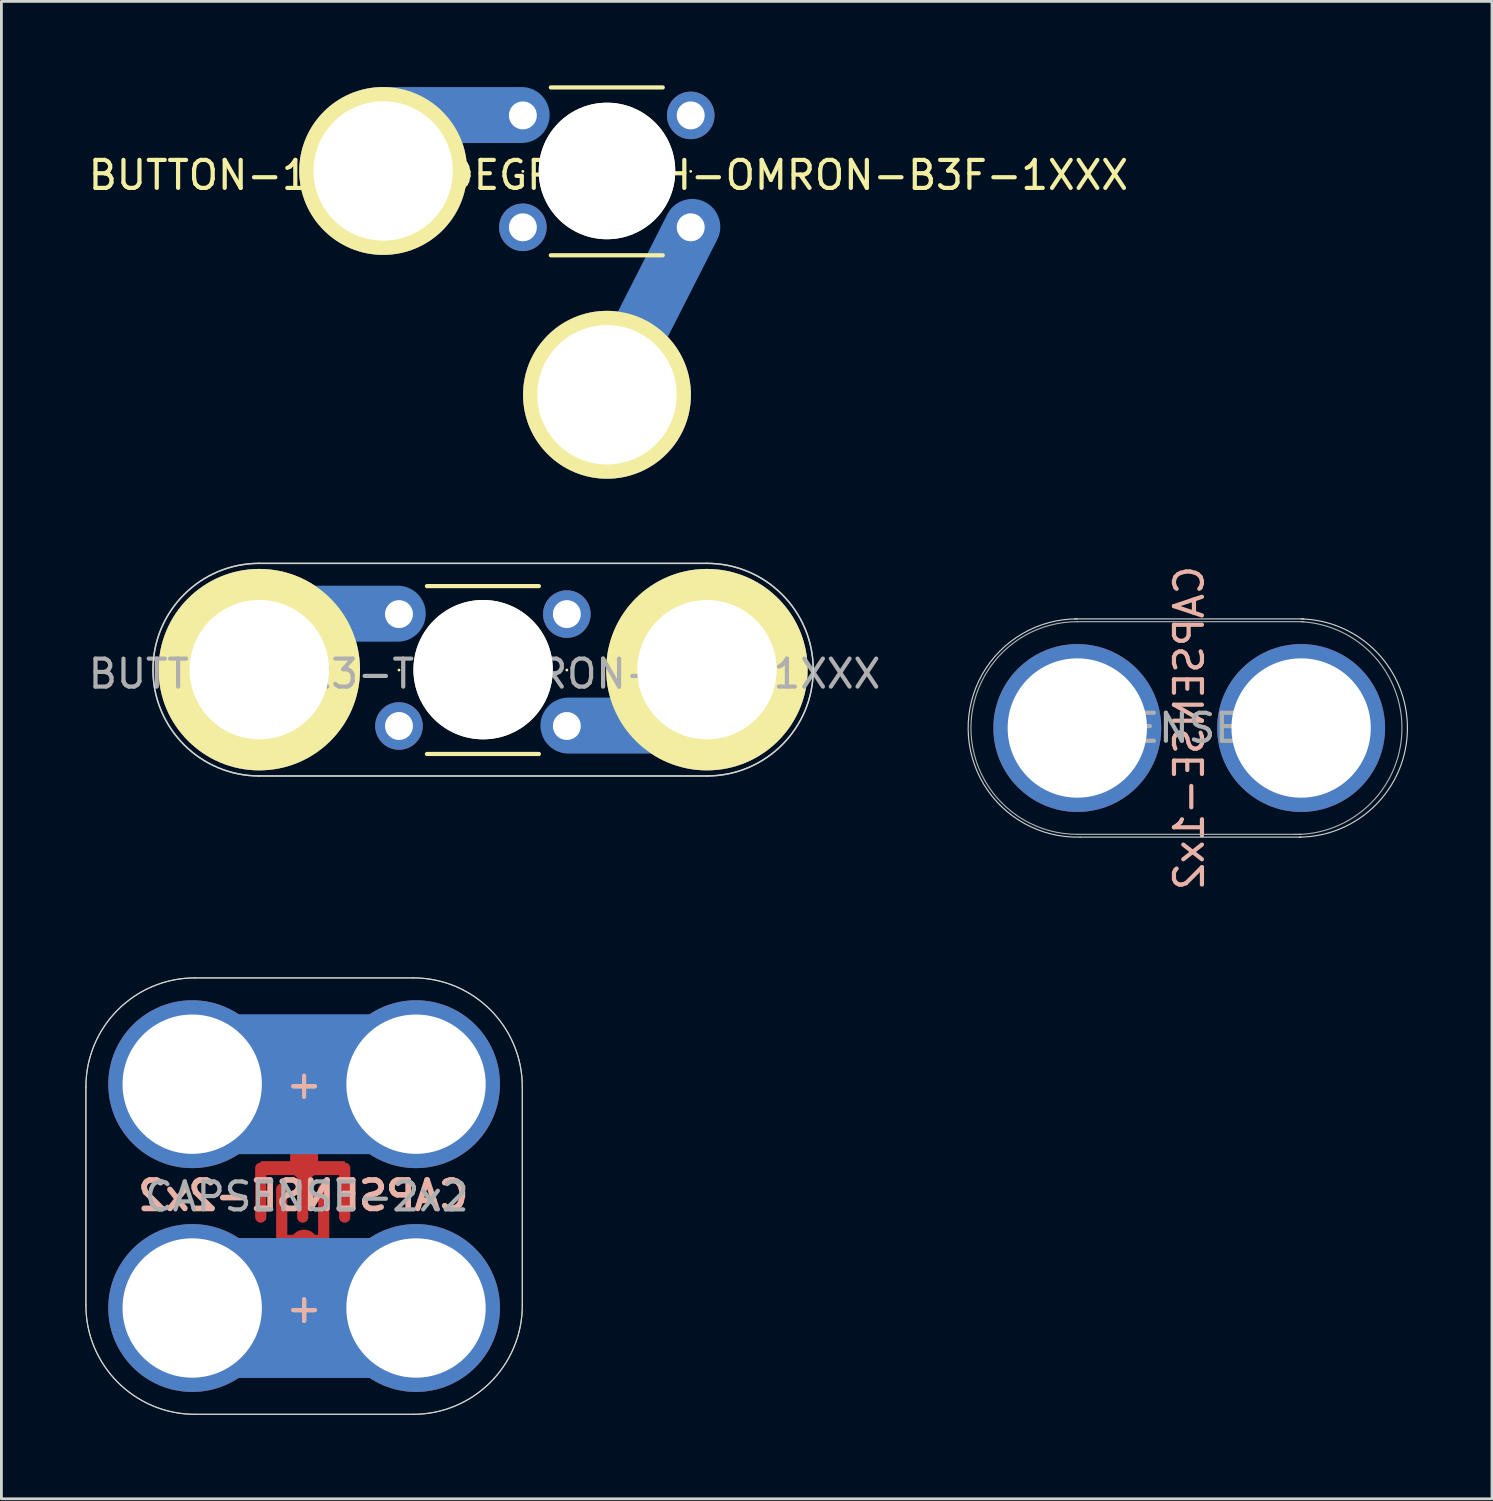
<source format=kicad_pcb>
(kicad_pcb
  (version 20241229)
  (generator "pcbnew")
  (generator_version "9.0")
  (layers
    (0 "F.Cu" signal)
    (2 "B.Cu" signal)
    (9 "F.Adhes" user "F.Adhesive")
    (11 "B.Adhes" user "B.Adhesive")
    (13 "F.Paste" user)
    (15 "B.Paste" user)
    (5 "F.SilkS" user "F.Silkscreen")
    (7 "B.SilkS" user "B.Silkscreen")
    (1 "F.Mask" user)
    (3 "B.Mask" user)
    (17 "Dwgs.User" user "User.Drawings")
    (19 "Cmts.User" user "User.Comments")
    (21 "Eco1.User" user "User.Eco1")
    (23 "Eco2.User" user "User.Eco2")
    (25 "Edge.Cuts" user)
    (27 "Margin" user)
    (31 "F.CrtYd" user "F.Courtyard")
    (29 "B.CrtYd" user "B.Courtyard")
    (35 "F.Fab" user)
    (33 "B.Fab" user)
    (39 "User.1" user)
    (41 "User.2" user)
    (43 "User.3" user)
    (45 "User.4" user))
  (footprint "CAPSENSE-2x2"
    (layer "F.Cu")
    (at 3.82 43.703)
    (property "Reference" "CAPSENSE-2x2" (at 3.97 -4.02 0) (layer "B.SilkS") (effects (font (size 1.016 1.016) (thickness 0.203)) (justify mirror)))
    (attr through_hole)
    (fp_line (start 2.45 -5) (end 2.45 -3.25) (stroke (width 0.4) (type solid)) (layer "F.Cu"))
    (fp_line (start 3.2 -4.25) (end 3.2 -2.5) (stroke (width 0.4) (type solid)) (layer "F.Cu"))
    (fp_line (start 3.95 -5) (end 3.95 -3.25) (stroke (width 0.4) (type solid)) (layer "F.Cu"))
    (fp_line (start 4 -8) (end 4 -5.1) (stroke (width 1) (type solid)) (layer "F.Cu"))
    (fp_line (start 4 -2.3) (end 4 0.6) (stroke (width 1) (type solid)) (layer "F.Cu"))
    (fp_line (start 4.7 -2.5) (end 4.7 -4.25) (stroke (width 0.4) (type solid)) (layer "F.Cu"))
    (fp_line (start 5.45 -5) (end 5.45 -3.25) (stroke (width 0.4) (type solid)) (layer "F.Cu"))
    (fp_line (start 8 -8) (end -0.1 -8) (stroke (width 1) (type solid)) (layer "F.Cu"))
    (fp_line (start 8 0.6) (end -0.1 0.6) (stroke (width 1) (type solid)) (layer "F.Cu"))
    (fp_line (start 0 -8) (end 8 -8) (stroke (width 5) (type solid)) (layer "B.Cu"))
    (fp_line (start 0 0) (end 8 0) (stroke (width 5) (type solid)) (layer "B.Cu"))
    (fp_line (start 0 -8) (end 8 -8) (stroke (width 5) (type solid)) (layer "B.Mask"))
    (fp_line (start 0 0) (end 8 0) (stroke (width 5) (type solid)) (layer "B.Mask"))
    (fp_line (start -3.8 -0.1) (end -3.8 -7.9) (stroke (width 0.041) (type solid)) (layer "Edge.Cuts"))
    (fp_line (start 7.9 -11.8) (end 0.1 -11.8) (stroke (width 0.041) (type solid)) (layer "Edge.Cuts"))
    (fp_line (start 7.9 3.8) (end 0.1 3.8) (stroke (width 0.041) (type solid)) (layer "Edge.Cuts"))
    (fp_line (start 11.8 -0.1) (end 11.8 -7.9) (stroke (width 0.041) (type solid)) (layer "Edge.Cuts"))
    (fp_arc (start -3.8 -7.9) (mid -2.657716 -10.657716) (end 0.1 -11.8) (stroke (width 0.04064) (type solid)) (layer "Edge.Cuts"))
    (fp_arc (start 0.1 3.8) (mid -2.657716 2.657716) (end -3.8 -0.1) (stroke (width 0.04064) (type solid)) (layer "Edge.Cuts"))
    (fp_arc (start 7.9 -11.8) (mid 10.657716 -10.657716) (end 11.8 -7.9) (stroke (width 0.04064) (type solid)) (layer "Edge.Cuts"))
    (fp_arc (start 11.8 -0.1) (mid 10.657716 2.657716) (end 7.9 3.8) (stroke (width 0.04064) (type solid)) (layer "Edge.Cuts"))
    (fp_line (start -3.8 -0.1) (end -3.8 -7.9) (stroke (width 0.041) (type solid)) (layer "F.Fab"))
    (fp_line (start 7.9 -11.8) (end 0.1 -11.8) (stroke (width 0.041) (type solid)) (layer "F.Fab"))
    (fp_line (start 7.9 3.8) (end 0.1 3.8) (stroke (width 0.041) (type solid)) (layer "F.Fab"))
    (fp_line (start 11.8 -0.1) (end 11.8 -7.9) (stroke (width 0.041) (type solid)) (layer "F.Fab"))
    (fp_arc (start -3.8 -7.9) (mid -2.657716 -10.657716) (end 0.1 -11.8) (stroke (width 0.04064) (type solid)) (layer "F.Fab"))
    (fp_arc (start 0.1 3.8) (mid -2.657716 2.657716) (end -3.8 -0.1) (stroke (width 0.04064) (type solid)) (layer "F.Fab"))
    (fp_arc (start 7.9 -11.8) (mid 10.657716 -10.657716) (end 11.8 -7.9) (stroke (width 0.04064) (type solid)) (layer "F.Fab"))
    (fp_arc (start 11.8 -0.1) (mid 10.657716 2.657716) (end 7.9 3.8) (stroke (width 0.04064) (type solid)) (layer "F.Fab"))
    (fp_text user "+" (at 4 0 0) (layer "F.SilkS") (effects (font (size 1 1) (thickness 0.15))))
    (fp_text user "-" (at 4 -8 0) (layer "F.SilkS") (effects (font (size 1 1) (thickness 0.15))))
    (fp_text user "+" (at 4 -8 0) (layer "B.SilkS") (effects (font (size 1 1) (thickness 0.15)) (justify mirror)))
    (fp_text user "+" (at 4 0 0) (layer "B.SilkS") (effects (font (size 1 1) (thickness 0.15)) (justify mirror)))
    (fp_text user "${REFERENCE}" (at 4.09 -3.98 0) (layer "F.Fab") (effects (font (size 1 1) (thickness 0.15))))
    (pad "" smd circle (at 3.95 -4) (size 4 4) (layers "F.Mask" "F.Paste"))
    (pad "1" thru_hole circle (at 0 -8) (size 6 6) (drill 4.98) (layers "*.Cu" "*.Mask"))
    (pad "1" smd rect (at 3.95 -5) (size 3 0.5) (layers "F.Cu" "F.Mask" "F.Paste"))
    (pad "1" thru_hole circle (at 8 -8) (size 6 6) (drill 4.98) (layers "*.Cu" "*.Mask"))
    (pad "2" thru_hole circle (at 0 0) (size 6 6) (drill 4.98) (layers "*.Cu" "*.Mask"))
    (pad "2" smd rect (at 3.95 -2.365) (size 1.8 0.5) (layers "F.Cu" "F.Mask" "F.Paste"))
    (pad "2" thru_hole circle (at 8 0) (size 6 6) (drill 4.98) (layers "*.Cu" "*.Mask")))
  (footprint "BUTTON-1x3-TH-OMRON-B3F-1XXX"
    (layer "F.Cu")
    (at 6.218 20.886)
    (property "Reference" "BUTTON-1x3-TH-OMRON-B3F-1XXX" (at 8.05 0.15 0) (layer "F.Fab") (effects (font (size 1 1) (thickness 0.15))))
    (attr through_hole)
    (fp_line (start 4.95 -2) (end 0 -2) (stroke (width 2) (type solid)) (layer "B.Cu"))
    (fp_line (start 16 2) (end 11.05 2) (stroke (width 2) (type solid)) (layer "B.Cu"))
    (fp_line (start 4.993 0.014) (end 4.993 0.014) (stroke (width 0.1) (type solid)) (layer "F.SilkS"))
    (fp_line (start 5.993 -2.986) (end 9.993 -2.986) (stroke (width 0.15) (type solid)) (layer "F.SilkS"))
    (fp_line (start 5.993 3.014) (end 9.993 3.014) (stroke (width 0.15) (type solid)) (layer "F.SilkS"))
    (fp_line (start 9.993 -2.986) (end 5.993 -2.986) (stroke (width 0.1) (type solid)) (layer "F.SilkS"))
    (fp_line (start 9.993 3.014) (end 5.993 3.014) (stroke (width 0.1) (type solid)) (layer "F.SilkS"))
    (fp_line (start 10.993 0.014) (end 10.993 0.014) (stroke (width 0.1) (type solid)) (layer "F.SilkS"))
    (fp_circle (center 7.993 0.014) (end 8.993 1.014) (stroke (width 0) (type solid)) (fill yes) (layer "F.SilkS"))
    (fp_line (start 0 -3.8) (end 16 -3.8) (stroke (width 0.05) (type solid)) (layer "Edge.Cuts"))
    (fp_line (start 16 3.8) (end 0 3.8) (stroke (width 0.05) (type solid)) (layer "Edge.Cuts"))
    (fp_arc (start 0 3.8) (mid -3.8 0) (end 0 -3.8) (stroke (width 0.05) (type solid)) (layer "Edge.Cuts"))
    (fp_arc (start 16 -3.8) (mid 19.8 0) (end 16 3.8) (stroke (width 0.05) (type solid)) (layer "Edge.Cuts"))
    (fp_line (start 0 -3.8) (end 16 -3.8) (stroke (width 0.05) (type solid)) (layer "F.Fab"))
    (fp_line (start 16 3.8) (end 0 3.8) (stroke (width 0.05) (type solid)) (layer "F.Fab"))
    (fp_arc (start 0 3.8) (mid -3.8 0) (end 0 -3.8) (stroke (width 0.05) (type solid)) (layer "F.Fab"))
    (fp_arc (start 16 -3.8) (mid 19.8 0) (end 16 3.8) (stroke (width 0.05) (type solid)) (layer "F.Fab"))
    (pad "" np_thru_hole circle (at 8 0) (size 4.98 4.98) (drill 4.98) (layers "*.Cu" "F.SilkS"))
    (pad "1" thru_hole circle (at 0 0) (size 7.2 7.2) (drill 4.98) (layers "*.Cu" "B.Mask" "F.SilkS"))
    (pad "1" thru_hole circle (at 4.993 -1.986) (size 1.7 1.7) (drill 1) (layers "*.Cu" "*.Mask"))
    (pad "1" thru_hole circle (at 10.993 -1.986) (size 1.7 1.7) (drill 1) (layers "*.Cu" "*.Mask"))
    (pad "2" thru_hole circle (at 4.993 2.014) (size 1.7 1.7) (drill 1) (layers "*.Cu" "*.Mask"))
    (pad "2" thru_hole circle (at 10.993 2.014) (size 1.7 1.7) (drill 1) (layers "*.Cu" "*.Mask"))
    (pad "2" thru_hole circle (at 16 0) (size 7.2 7.2) (drill 4.98) (layers "*.Cu" "B.Mask" "F.SilkS")))
  (footprint "BUTTON-1x3-90DEGREE-TH-OMRON-B3F-1XXX"
    (layer "F.Cu")
    (at 10.646 3.061)
    (property "Reference" "BUTTON-1x3-90DEGREE-TH-OMRON-B3F-1XXX" (at 8.05 0.15 0) (layer "F.SilkS") (effects (font (size 1 1) (thickness 0.15))))
    (attr through_hole)
    (fp_line (start 4.95 -2) (end 0 -2) (stroke (width 2) (type solid)) (layer "B.Cu"))
    (fp_line (start 8 8) (end 11.05 2) (stroke (width 2) (type solid)) (layer "B.Cu"))
    (fp_line (start 4.993 0.014) (end 4.993 0.014) (stroke (width 0.1) (type solid)) (layer "F.SilkS"))
    (fp_line (start 5.993 -2.986) (end 9.993 -2.986) (stroke (width 0.15) (type solid)) (layer "F.SilkS"))
    (fp_line (start 5.993 3.014) (end 9.993 3.014) (stroke (width 0.15) (type solid)) (layer "F.SilkS"))
    (fp_line (start 9.993 -2.986) (end 5.993 -2.986) (stroke (width 0.1) (type solid)) (layer "F.SilkS"))
    (fp_line (start 9.993 3.014) (end 5.993 3.014) (stroke (width 0.1) (type solid)) (layer "F.SilkS"))
    (fp_line (start 10.993 0.014) (end 10.993 0.014) (stroke (width 0.1) (type solid)) (layer "F.SilkS"))
    (fp_circle (center 7.993 0.014) (end 8.993 1.014) (stroke (width 0) (type solid)) (fill yes) (layer "F.SilkS"))
    (pad "" np_thru_hole circle (at 8 0) (size 4.88 4.88) (drill 4.98) (layers "*.Cu" "*.Mask" "F.SilkS"))
    (pad "1" thru_hole circle (at 0 0) (size 6 6) (drill 4.98) (layers "*.Cu" "*.Mask" "F.SilkS"))
    (pad "1" thru_hole circle (at 4.993 -1.986) (size 1.7 1.7) (drill 1) (layers "*.Cu" "*.Mask"))
    (pad "1" thru_hole circle (at 10.993 -1.986) (size 1.7 1.7) (drill 1) (layers "*.Cu" "*.Mask"))
    (pad "2" thru_hole circle (at 4.993 2.014) (size 1.7 1.7) (drill 1) (layers "*.Cu" "*.Mask"))
    (pad "2" thru_hole circle (at 8 8) (size 6 6) (drill 4.98) (layers "*.Cu" "*.Mask" "F.SilkS"))
    (pad "2" thru_hole circle (at 10.993 2.014) (size 1.7 1.7) (drill 1) (layers "*.Cu" "*.Mask")))
  (footprint "CAPSENSE-1x2"
    (layer "F.Cu")
    (at 35.457 22.972)
    (property "Reference" "CAPSENSE-1x2" (at 4 0 90) (layer "B.SilkS") (effects (font (size 1 1) (thickness 0.15)) (justify mirror)))
    (attr through_hole)
    (fp_line (start 8 3.9) (end 0.1 3.9) (stroke (width 0.041) (type solid)) (layer "Edge.Cuts"))
    (fp_line (start 8.1 -3.9) (end -0.1 -3.9) (stroke (width 0.041) (type solid)) (layer "Edge.Cuts"))
    (fp_arc (start 0.1 3.9) (mid -3.900961 0.050004) (end 0 -3.901282) (stroke (width 0.04064) (type solid)) (layer "Edge.Cuts"))
    (fp_arc (start 8 -3.9) (mid 11.801151 0.03192) (end 7.936169 3.901114) (stroke (width 0.04064) (type solid)) (layer "Edge.Cuts"))
    (fp_line (start 8 3.8) (end 0 3.8) (stroke (width 0.041) (type solid)) (layer "F.Fab"))
    (fp_line (start 8.1 -3.8) (end 0 -3.8) (stroke (width 0.041) (type solid)) (layer "F.Fab"))
    (fp_arc (start 0 3.8) (mid -3.799979 -0.0125) (end 0.024999 -3.799918) (stroke (width 0.04064) (type solid)) (layer "F.Fab"))
    (fp_arc (start 8 -3.8) (mid 11.602912 0.13365) (end 7.73274 3.804665) (stroke (width 0.04064) (type solid)) (layer "F.Fab"))
    (fp_text user "${REFERENCE}" (at 4 0 0) (layer "F.Fab") (effects (font (size 1 1) (thickness 0.15))))
    (pad "1" thru_hole circle (at 0 0) (size 6 6) (drill 4.98) (layers "*.Cu" "*.Mask"))
    (pad "2" thru_hole circle (at 8 0) (size 6 6) (drill 4.98) (layers "*.Cu" "*.Mask")))
  (gr_rect
    (start -3 -3)
    (end 50.279 50.523)
    (stroke (width 0.1) (type default))
    (fill no)
    (layer "Edge.Cuts")))
</source>
